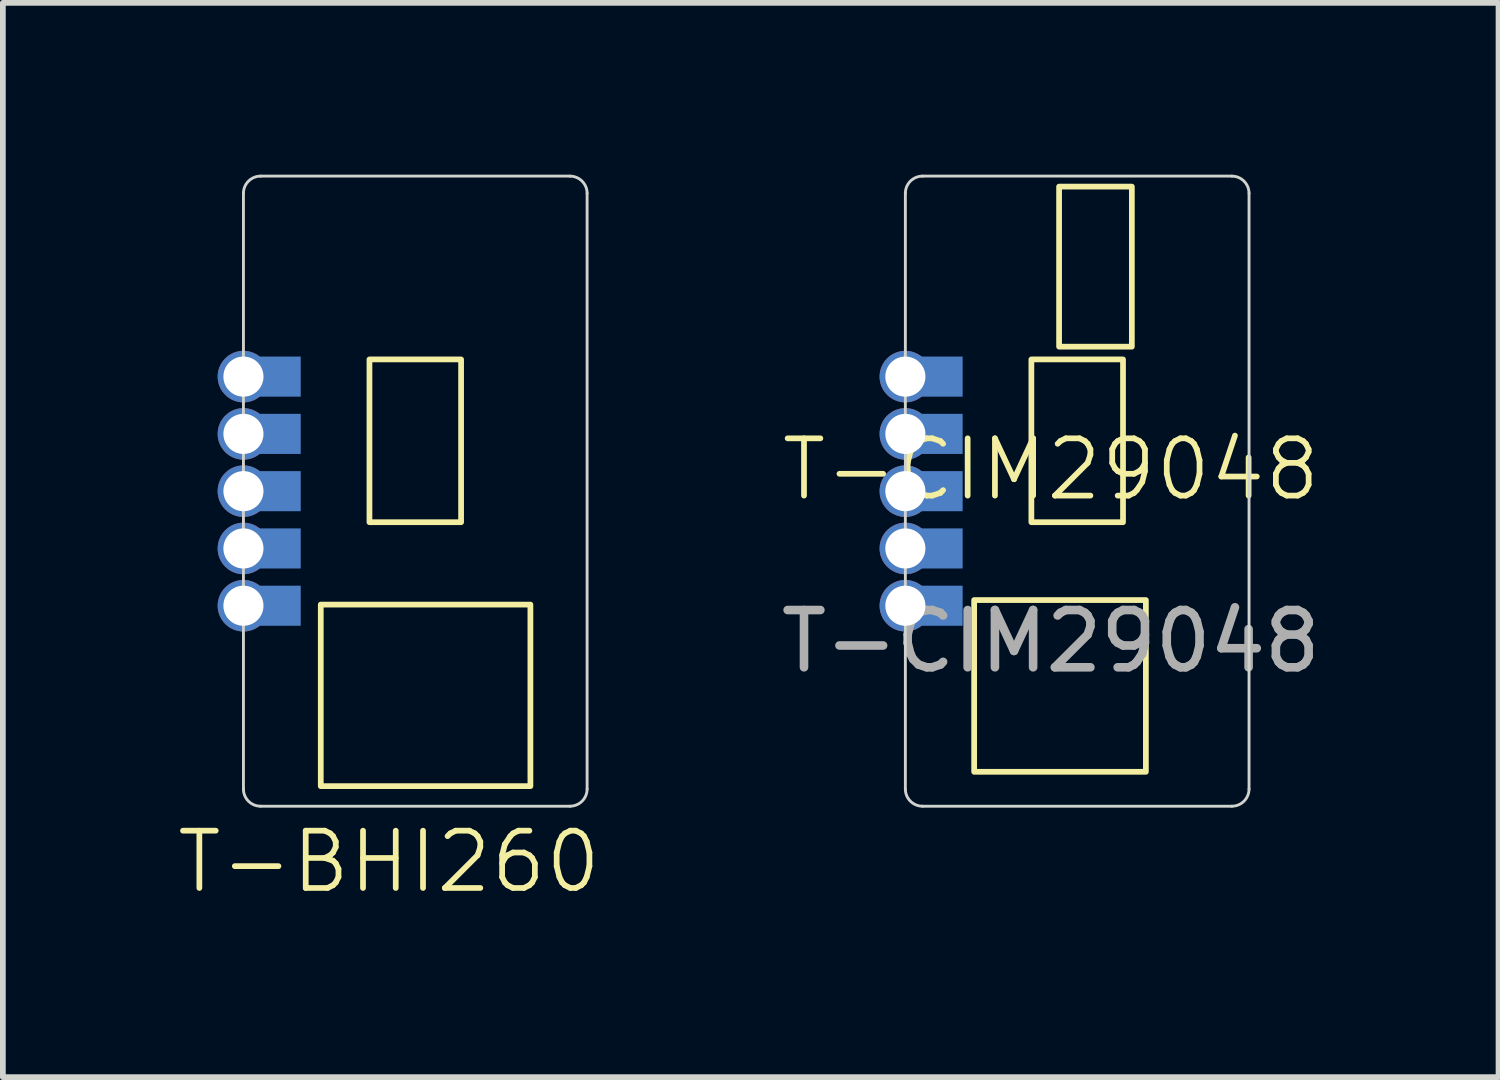
<source format=kicad_pcb>
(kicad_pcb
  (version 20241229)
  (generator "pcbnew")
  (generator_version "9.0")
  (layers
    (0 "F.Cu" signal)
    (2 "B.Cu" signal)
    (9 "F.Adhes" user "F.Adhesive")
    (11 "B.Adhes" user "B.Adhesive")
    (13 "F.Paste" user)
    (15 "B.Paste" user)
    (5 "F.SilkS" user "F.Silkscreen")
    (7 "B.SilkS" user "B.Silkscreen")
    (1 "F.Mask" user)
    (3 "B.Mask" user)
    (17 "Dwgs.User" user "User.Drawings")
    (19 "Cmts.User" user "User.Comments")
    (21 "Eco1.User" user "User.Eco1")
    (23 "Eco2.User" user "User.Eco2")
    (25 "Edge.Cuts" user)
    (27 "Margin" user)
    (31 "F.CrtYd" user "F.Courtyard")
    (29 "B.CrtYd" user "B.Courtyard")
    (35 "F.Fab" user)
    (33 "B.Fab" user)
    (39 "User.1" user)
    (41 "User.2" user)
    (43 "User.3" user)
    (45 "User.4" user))
  (footprint "T-CIM29048"
    (layer "F.Cu")
    (at 15.296 5.645)
    (property "Reference" "T-CIM29048" (at 0 -0.5 0) (unlocked yes) (layer "F.SilkS") (effects (font (size 1 1) (thickness 0.1))))
    (attr smd)
    (fp_rect (start -1.339 1.781) (end 1.659 4.779) (stroke (width 0.1) (type default)) (fill no) (layer "F.SilkS"))
    (fp_rect (start -0.34 -2.42) (end 1.26 0.422) (stroke (width 0.1) (type default)) (fill no) (layer "F.SilkS"))
    (fp_rect (start 0.144 -5.437) (end 1.414 -2.643) (stroke (width 0.1) (type default)) (fill no) (layer "F.SilkS"))
    (fp_line (start -2.54 5.08) (end -2.54 -5.32) (stroke (width 0.05) (type solid)) (layer "Edge.Cuts"))
    (fp_line (start -2.24 -5.62) (end 3.16 -5.62) (stroke (width 0.05) (type solid)) (layer "Edge.Cuts"))
    (fp_line (start 3.16 5.38) (end -2.24 5.38) (stroke (width 0.05) (type solid)) (layer "Edge.Cuts"))
    (fp_line (start 3.46 -5.32) (end 3.46 5.08) (stroke (width 0.05) (type solid)) (layer "Edge.Cuts"))
    (fp_arc (start -2.54 -5.32) (mid -2.452132 -5.532132) (end -2.24 -5.62) (stroke (width 0.05) (type solid)) (layer "Edge.Cuts"))
    (fp_arc (start -2.24 5.38) (mid -2.452132 5.292132) (end -2.54 5.08) (stroke (width 0.05) (type solid)) (layer "Edge.Cuts"))
    (fp_arc (start 3.16 -5.62) (mid 3.372132 -5.532132) (end 3.46 -5.32) (stroke (width 0.05) (type solid)) (layer "Edge.Cuts"))
    (fp_arc (start 3.46 5.08) (mid 3.372132 5.292132) (end 3.16 5.38) (stroke (width 0.05) (type solid)) (layer "Edge.Cuts"))
    (fp_text user "${REFERENCE}" (at 0 2.5 0) (unlocked yes) (layer "F.Fab") (effects (font (size 1 1) (thickness 0.15))))
    (pad "" smd custom (at -2.54 -1.77) (size 0.000001 0.000001) (layers "B.Cu") (options (anchor circle)) (primitives (gr_poly (pts (xy 0 0) (xy 1 0) (xy 1 -0.7) (xy 0 -0.7)) (width 0) (fill yes))))
    (pad "" smd custom (at -2.54 -0.77) (size 0.000001 0.000001) (layers "B.Cu") (options (anchor circle)) (primitives (gr_poly (pts (xy 0 0) (xy 1 0) (xy 1 -0.7) (xy 0 -0.7)) (width 0) (fill yes))))
    (pad "" smd custom (at -2.54 0.23) (size 0.000001 0.000001) (layers "B.Cu") (options (anchor circle)) (primitives (gr_poly (pts (xy 0 0) (xy 1 0) (xy 1 -0.7) (xy 0 -0.7)) (width 0) (fill yes))))
    (pad "" smd custom (at -2.54 1.23) (size 0.000001 0.000001) (layers "B.Cu") (options (anchor circle)) (primitives (gr_poly (pts (xy 0 0) (xy 1 0) (xy 1 -0.7) (xy 0 -0.7)) (width 0) (fill yes))))
    (pad "" smd custom (at -2.54 2.23) (size 0.000001 0.000001) (layers "B.Cu") (options (anchor circle)) (primitives (gr_poly (pts (xy 0 0) (xy 1 0) (xy 1 -0.7) (xy 0 -0.7)) (width 0) (fill yes))))
    (pad "1" thru_hole circle (at -2.54 -2.12) (size 0.9 0.9) (drill 0.7) (layers "*.Cu" "*.Mask"))
    (pad "2" thru_hole circle (at -2.54 -1.12) (size 0.9 0.9) (drill 0.7) (layers "*.Cu" "*.Mask"))
    (pad "3" thru_hole circle (at -2.54 -0.12) (size 0.9 0.9) (drill 0.7) (layers "*.Cu" "*.Mask"))
    (pad "4" thru_hole circle (at -2.54 0.88) (size 0.9 0.9) (drill 0.7) (layers "*.Cu" "*.Mask"))
    (pad "5" thru_hole circle (at -2.54 1.88) (size 0.9 0.9) (drill 0.7) (layers "*.Cu" "*.Mask")))
  (footprint "T-BHI260"
    (layer "F.Cu")
    (at 3.74 5.875)
    (property "Reference" "T-BHI260" (at 0 6.12 0) (unlocked yes) (layer "F.SilkS") (effects (font (size 1 1) (thickness 0.1))))
    (attr smd)
    (fp_rect (start -1.19 1.63) (end 2.47 4.8) (stroke (width 0.1) (type default)) (fill no) (layer "F.SilkS"))
    (fp_rect (start -0.34 -2.65) (end 1.26 0.192) (stroke (width 0.1) (type default)) (fill no) (layer "F.SilkS"))
    (fp_line (start -2.54 4.85) (end -2.54 -5.55) (stroke (width 0.05) (type solid)) (layer "Edge.Cuts"))
    (fp_line (start -2.24 -5.85) (end 3.16 -5.85) (stroke (width 0.05) (type solid)) (layer "Edge.Cuts"))
    (fp_line (start 3.16 5.15) (end -2.24 5.15) (stroke (width 0.05) (type solid)) (layer "Edge.Cuts"))
    (fp_line (start 3.46 -5.55) (end 3.46 4.85) (stroke (width 0.05) (type solid)) (layer "Edge.Cuts"))
    (fp_arc (start -2.54 -5.55) (mid -2.452132 -5.762132) (end -2.24 -5.85) (stroke (width 0.05) (type solid)) (layer "Edge.Cuts"))
    (fp_arc (start -2.24 5.15) (mid -2.452132 5.062132) (end -2.54 4.85) (stroke (width 0.05) (type solid)) (layer "Edge.Cuts"))
    (fp_arc (start 3.16 -5.85) (mid 3.372123 -5.762123) (end 3.46 -5.55) (stroke (width 0.05) (type solid)) (layer "Edge.Cuts"))
    (fp_arc (start 3.46 4.85) (mid 3.372133 5.062134) (end 3.16 5.15) (stroke (width 0.05) (type solid)) (layer "Edge.Cuts"))
    (pad "" smd custom (at -2.54 -2) (size 0.000001 0.000001) (layers "B.Cu") (options (anchor circle)) (primitives (gr_poly (pts (xy 0 0) (xy 1 0) (xy 1 -0.7) (xy 0 -0.7)) (width 0) (fill yes))))
    (pad "" smd custom (at -2.54 -1) (size 0.000001 0.000001) (layers "B.Cu") (options (anchor circle)) (primitives (gr_poly (pts (xy 0 0) (xy 1 0) (xy 1 -0.7) (xy 0 -0.7)) (width 0) (fill yes))))
    (pad "" smd custom (at -2.54 0) (size 0.000001 0.000001) (layers "B.Cu") (options (anchor circle)) (primitives (gr_poly (pts (xy 0 0) (xy 1 0) (xy 1 -0.7) (xy 0 -0.7)) (width 0) (fill yes))))
    (pad "" smd custom (at -2.54 1) (size 0.000001 0.000001) (layers "B.Cu") (options (anchor circle)) (primitives (gr_poly (pts (xy 0 0) (xy 1 0) (xy 1 -0.7) (xy 0 -0.7)) (width 0) (fill yes))))
    (pad "" smd custom (at -2.54 2) (size 0.000001 0.000001) (layers "B.Cu") (options (anchor circle)) (primitives (gr_poly (pts (xy 0 0) (xy 1 0) (xy 1 -0.7) (xy 0 -0.7)) (width 0) (fill yes))))
    (pad "1" thru_hole circle (at -2.54 -2.35) (size 0.9 0.9) (drill 0.7) (layers "*.Cu" "*.Mask"))
    (pad "2" thru_hole circle (at -2.54 -1.35) (size 0.9 0.9) (drill 0.7) (layers "*.Cu" "*.Mask"))
    (pad "3" thru_hole circle (at -2.54 -0.35) (size 0.9 0.9) (drill 0.7) (layers "*.Cu" "*.Mask"))
    (pad "4" thru_hole circle (at -2.54 0.65) (size 0.9 0.9) (drill 0.7) (layers "*.Cu" "*.Mask"))
    (pad "5" thru_hole circle (at -2.54 1.65) (size 0.9 0.9) (drill 0.7) (layers "*.Cu" "*.Mask")))
  (gr_rect
    (start -3 -3)
    (end 23.112 15.755)
    (stroke (width 0.1) (type default))
    (fill no)
    (layer "Edge.Cuts")))
</source>
